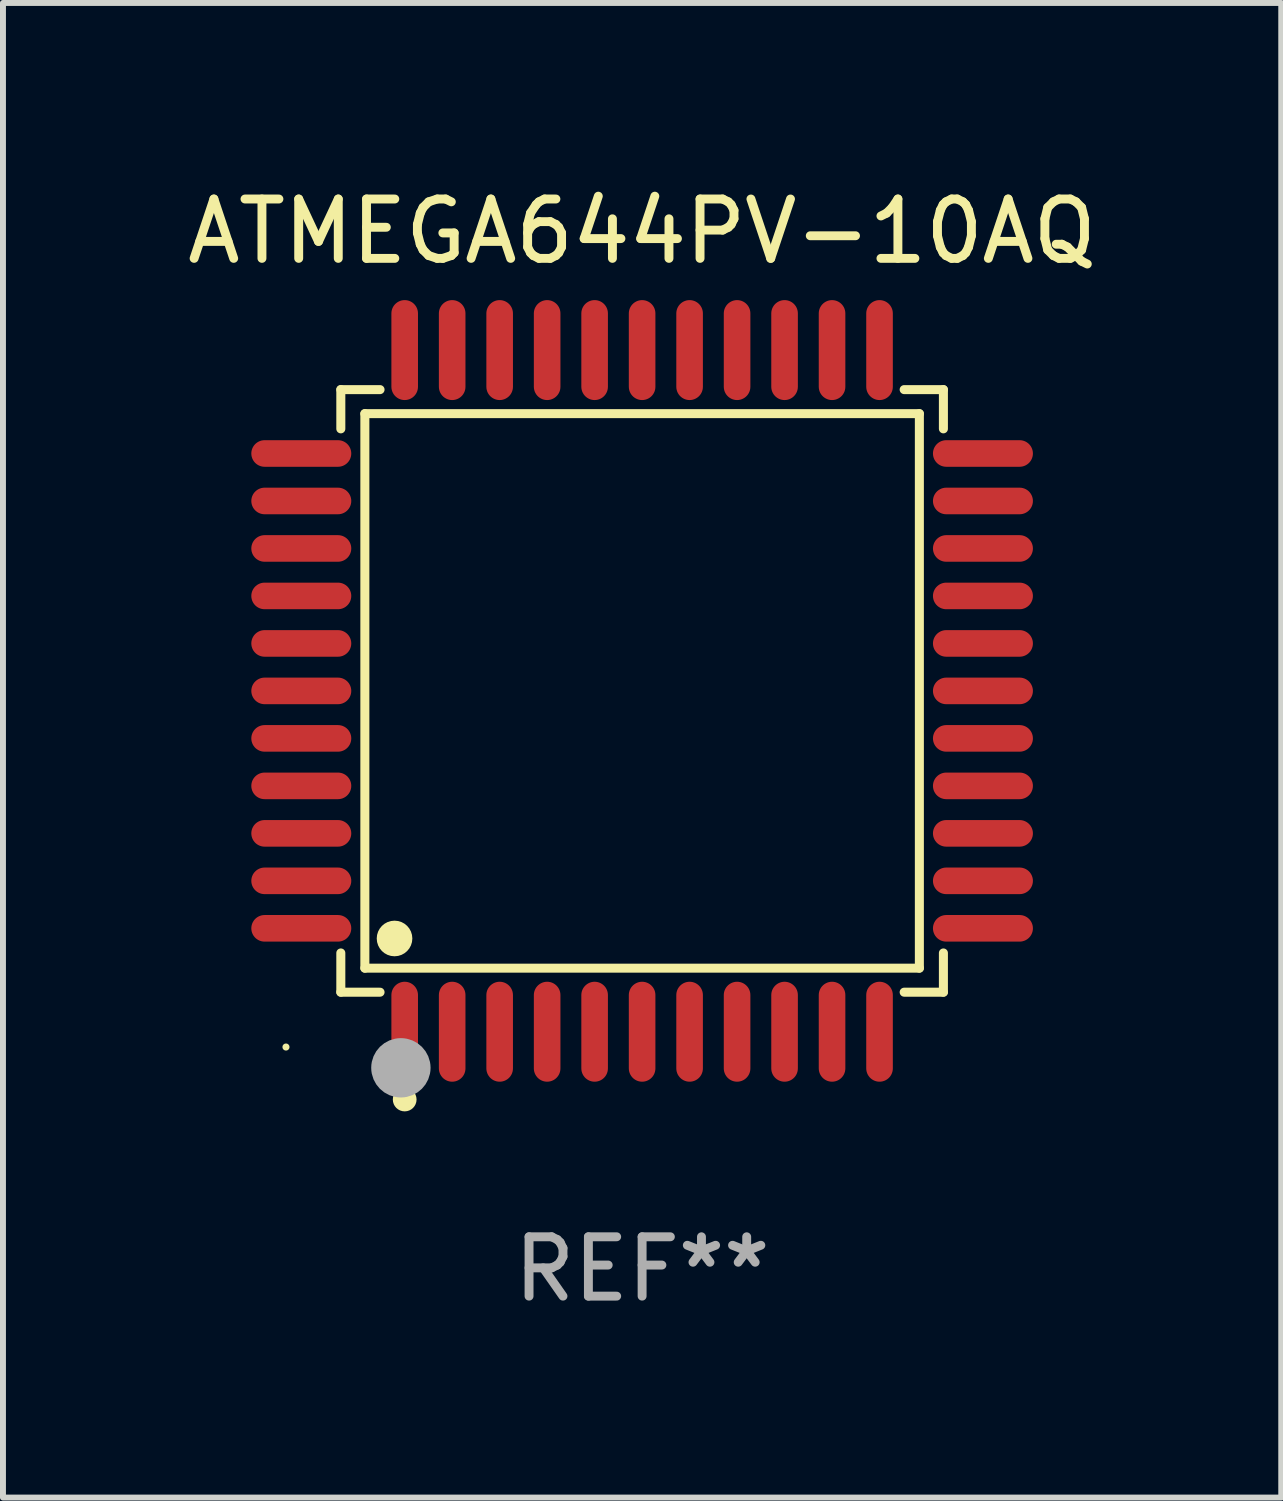
<source format=kicad_pcb>
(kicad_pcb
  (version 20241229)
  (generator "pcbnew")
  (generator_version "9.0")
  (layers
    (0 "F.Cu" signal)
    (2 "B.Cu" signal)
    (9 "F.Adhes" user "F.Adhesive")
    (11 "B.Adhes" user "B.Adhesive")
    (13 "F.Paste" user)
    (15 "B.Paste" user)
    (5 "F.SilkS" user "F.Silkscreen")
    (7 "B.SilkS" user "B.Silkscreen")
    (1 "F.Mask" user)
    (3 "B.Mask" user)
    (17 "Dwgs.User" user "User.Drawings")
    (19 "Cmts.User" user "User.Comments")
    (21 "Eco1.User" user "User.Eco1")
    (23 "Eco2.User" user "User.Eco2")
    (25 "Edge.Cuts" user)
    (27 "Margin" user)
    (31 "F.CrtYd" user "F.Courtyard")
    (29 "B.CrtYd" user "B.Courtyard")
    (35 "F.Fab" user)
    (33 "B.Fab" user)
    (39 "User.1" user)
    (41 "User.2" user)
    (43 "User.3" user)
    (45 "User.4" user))
  (footprint "ATMEGA644PV-10AQ"
    (layer "F.Cu")
    (at 7.768 8.59)
    (property "Reference" "ATMEGA644PV-10AQ" (at 0 -7.742 0) (layer "F.SilkS") (effects (font (size 1 1) (thickness 0.15))))
    (attr through_hole)
    (fp_line (start -5.076 -5.076) (end -4.415 -5.076) (stroke (width 0.152) (type solid)) (layer "F.SilkS"))
    (fp_line (start -5.076 -4.415) (end -5.076 -5.076) (stroke (width 0.152) (type solid)) (layer "F.SilkS"))
    (fp_line (start -5.076 4.415) (end -5.076 5.076) (stroke (width 0.152) (type solid)) (layer "F.SilkS"))
    (fp_line (start -5.076 5.076) (end -4.415 5.076) (stroke (width 0.152) (type solid)) (layer "F.SilkS"))
    (fp_line (start -4.671 -4.671) (end 4.671 -4.671) (stroke (width 0.152) (type solid)) (layer "F.SilkS"))
    (fp_line (start -4.671 4.671) (end -4.671 -4.671) (stroke (width 0.152) (type solid)) (layer "F.SilkS"))
    (fp_line (start 4.671 -4.671) (end 4.671 4.671) (stroke (width 0.152) (type solid)) (layer "F.SilkS"))
    (fp_line (start 4.671 4.671) (end -4.671 4.671) (stroke (width 0.152) (type solid)) (layer "F.SilkS"))
    (fp_line (start 5.076 -5.076) (end 4.415 -5.076) (stroke (width 0.152) (type solid)) (layer "F.SilkS"))
    (fp_line (start 5.076 -4.415) (end 5.076 -5.076) (stroke (width 0.152) (type solid)) (layer "F.SilkS"))
    (fp_line (start 5.076 4.415) (end 5.076 5.076) (stroke (width 0.152) (type solid)) (layer "F.SilkS"))
    (fp_line (start 5.076 5.076) (end 4.415 5.076) (stroke (width 0.152) (type solid)) (layer "F.SilkS"))
    (fp_circle (center -6 6) (end -5.97 6) (stroke (width 0.06) (type solid)) (fill no) (layer "F.SilkS"))
    (fp_circle (center -4.171 4.171) (end -4.021 4.171) (stroke (width 0.3) (type solid)) (fill no) (layer "F.SilkS"))
    (fp_circle (center -4 6.884) (end -3.9 6.884) (stroke (width 0.2) (type solid)) (fill no) (layer "F.SilkS"))
    (fp_circle (center -4.064 6.35) (end -3.814 6.35) (stroke (width 0.5) (type solid)) (fill no) (layer "F.Fab"))
    (fp_text user "REF**" (at 0 9.742 0) (layer "F.Fab") (effects (font (size 1 1) (thickness 0.15))))
    (pad "1" smd oval (at -4 5.742) (size 0.448 1.684) (layers "F.Cu" "F.Mask" "F.Paste"))
    (pad "2" smd oval (at -3.2 5.742) (size 0.448 1.684) (layers "F.Cu" "F.Mask" "F.Paste"))
    (pad "3" smd oval (at -2.4 5.742) (size 0.448 1.684) (layers "F.Cu" "F.Mask" "F.Paste"))
    (pad "4" smd oval (at -1.6 5.742) (size 0.448 1.684) (layers "F.Cu" "F.Mask" "F.Paste"))
    (pad "5" smd oval (at -0.8 5.742) (size 0.448 1.684) (layers "F.Cu" "F.Mask" "F.Paste"))
    (pad "6" smd oval (at 0 5.742) (size 0.448 1.684) (layers "F.Cu" "F.Mask" "F.Paste"))
    (pad "7" smd oval (at 0.8 5.742) (size 0.448 1.684) (layers "F.Cu" "F.Mask" "F.Paste"))
    (pad "8" smd oval (at 1.6 5.742) (size 0.448 1.684) (layers "F.Cu" "F.Mask" "F.Paste"))
    (pad "9" smd oval (at 2.4 5.742) (size 0.448 1.684) (layers "F.Cu" "F.Mask" "F.Paste"))
    (pad "10" smd oval (at 3.2 5.742) (size 0.448 1.684) (layers "F.Cu" "F.Mask" "F.Paste"))
    (pad "11" smd oval (at 4 5.742) (size 0.448 1.684) (layers "F.Cu" "F.Mask" "F.Paste"))
    (pad "12" smd oval (at 5.742 4) (size 1.684 0.448) (layers "F.Cu" "F.Mask" "F.Paste"))
    (pad "13" smd oval (at 5.742 3.2) (size 1.684 0.448) (layers "F.Cu" "F.Mask" "F.Paste"))
    (pad "14" smd oval (at 5.742 2.4) (size 1.684 0.448) (layers "F.Cu" "F.Mask" "F.Paste"))
    (pad "15" smd oval (at 5.742 1.6) (size 1.684 0.448) (layers "F.Cu" "F.Mask" "F.Paste"))
    (pad "16" smd oval (at 5.742 0.8) (size 1.684 0.448) (layers "F.Cu" "F.Mask" "F.Paste"))
    (pad "17" smd oval (at 5.742 0) (size 1.684 0.448) (layers "F.Cu" "F.Mask" "F.Paste"))
    (pad "18" smd oval (at 5.742 -0.8) (size 1.684 0.448) (layers "F.Cu" "F.Mask" "F.Paste"))
    (pad "19" smd oval (at 5.742 -1.6) (size 1.684 0.448) (layers "F.Cu" "F.Mask" "F.Paste"))
    (pad "20" smd oval (at 5.742 -2.4) (size 1.684 0.448) (layers "F.Cu" "F.Mask" "F.Paste"))
    (pad "21" smd oval (at 5.742 -3.2) (size 1.684 0.448) (layers "F.Cu" "F.Mask" "F.Paste"))
    (pad "22" smd oval (at 5.742 -4) (size 1.684 0.448) (layers "F.Cu" "F.Mask" "F.Paste"))
    (pad "23" smd oval (at 4 -5.742) (size 0.448 1.684) (layers "F.Cu" "F.Mask" "F.Paste"))
    (pad "24" smd oval (at 3.2 -5.742) (size 0.448 1.684) (layers "F.Cu" "F.Mask" "F.Paste"))
    (pad "25" smd oval (at 2.4 -5.742) (size 0.448 1.684) (layers "F.Cu" "F.Mask" "F.Paste"))
    (pad "26" smd oval (at 1.6 -5.742) (size 0.448 1.684) (layers "F.Cu" "F.Mask" "F.Paste"))
    (pad "27" smd oval (at 0.8 -5.742) (size 0.448 1.684) (layers "F.Cu" "F.Mask" "F.Paste"))
    (pad "28" smd oval (at 0 -5.742) (size 0.448 1.684) (layers "F.Cu" "F.Mask" "F.Paste"))
    (pad "29" smd oval (at -0.8 -5.742) (size 0.448 1.684) (layers "F.Cu" "F.Mask" "F.Paste"))
    (pad "30" smd oval (at -1.6 -5.742) (size 0.448 1.684) (layers "F.Cu" "F.Mask" "F.Paste"))
    (pad "31" smd oval (at -2.4 -5.742) (size 0.448 1.684) (layers "F.Cu" "F.Mask" "F.Paste"))
    (pad "32" smd oval (at -3.2 -5.742) (size 0.448 1.684) (layers "F.Cu" "F.Mask" "F.Paste"))
    (pad "33" smd oval (at -4 -5.742) (size 0.448 1.684) (layers "F.Cu" "F.Mask" "F.Paste"))
    (pad "34" smd oval (at -5.742 -4) (size 1.684 0.448) (layers "F.Cu" "F.Mask" "F.Paste"))
    (pad "35" smd oval (at -5.742 -3.2) (size 1.684 0.448) (layers "F.Cu" "F.Mask" "F.Paste"))
    (pad "36" smd oval (at -5.742 -2.4) (size 1.684 0.448) (layers "F.Cu" "F.Mask" "F.Paste"))
    (pad "37" smd oval (at -5.742 -1.6) (size 1.684 0.448) (layers "F.Cu" "F.Mask" "F.Paste"))
    (pad "38" smd oval (at -5.742 -0.8) (size 1.684 0.448) (layers "F.Cu" "F.Mask" "F.Paste"))
    (pad "39" smd oval (at -5.742 0) (size 1.684 0.448) (layers "F.Cu" "F.Mask" "F.Paste"))
    (pad "40" smd oval (at -5.742 0.8) (size 1.684 0.448) (layers "F.Cu" "F.Mask" "F.Paste"))
    (pad "41" smd oval (at -5.742 1.6) (size 1.684 0.448) (layers "F.Cu" "F.Mask" "F.Paste"))
    (pad "42" smd oval (at -5.742 2.4) (size 1.684 0.448) (layers "F.Cu" "F.Mask" "F.Paste"))
    (pad "43" smd oval (at -5.742 3.2) (size 1.684 0.448) (layers "F.Cu" "F.Mask" "F.Paste"))
    (pad "44" smd oval (at -5.742 4) (size 1.684 0.448) (layers "F.Cu" "F.Mask" "F.Paste")))
  (gr_rect
    (start -3 -3)
    (end 18.536 22.18)
    (stroke (width 0.1) (type default))
    (fill no)
    (layer "Edge.Cuts")))
</source>
